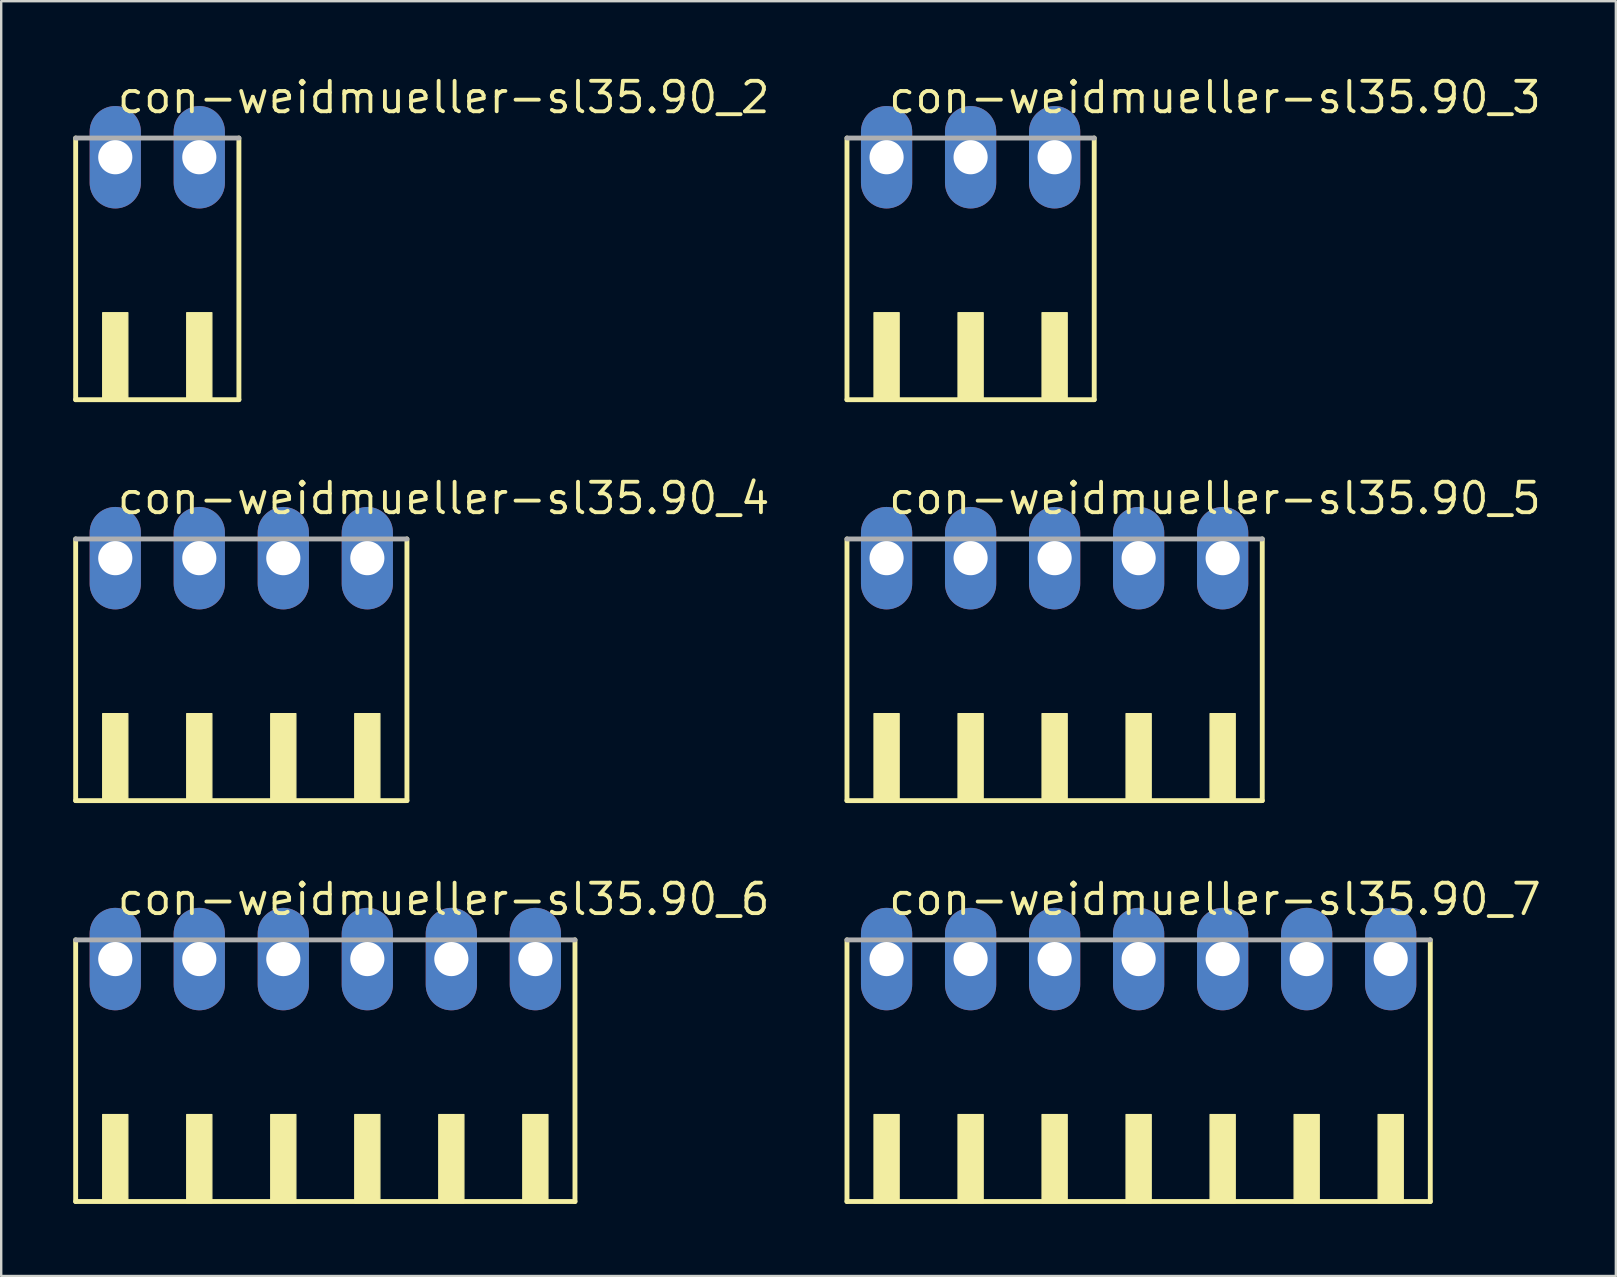
<source format=kicad_pcb>
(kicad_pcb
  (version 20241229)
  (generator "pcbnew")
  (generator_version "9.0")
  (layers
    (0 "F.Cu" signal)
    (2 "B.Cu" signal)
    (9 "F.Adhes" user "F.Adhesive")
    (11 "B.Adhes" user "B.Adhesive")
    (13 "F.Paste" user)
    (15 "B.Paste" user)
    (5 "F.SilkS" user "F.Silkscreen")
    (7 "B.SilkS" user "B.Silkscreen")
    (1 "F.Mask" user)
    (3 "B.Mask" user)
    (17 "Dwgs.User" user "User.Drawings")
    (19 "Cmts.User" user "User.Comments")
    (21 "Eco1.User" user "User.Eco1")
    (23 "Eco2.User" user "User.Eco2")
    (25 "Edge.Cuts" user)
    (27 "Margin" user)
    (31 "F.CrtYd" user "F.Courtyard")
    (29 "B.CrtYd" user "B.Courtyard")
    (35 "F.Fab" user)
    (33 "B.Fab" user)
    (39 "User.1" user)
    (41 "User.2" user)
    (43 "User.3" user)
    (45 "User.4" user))
  (footprint "con-weidmueller-sl35.90_3"
    (layer "F.Cu")
    (at 37.383 8.75)
    (property "Reference" "con-weidmueller-sl35.90_3" (at -3.5 -7 0) (layer "F.SilkS") (effects (font (size 1.27 1.27) (thickness 0.16)) (justify left bottom)))
    (attr through_hole)
    (fp_line (start -5.15 -6.05) (end -5.15 4.85) (stroke (width 0.203) (type default)) (layer "F.SilkS"))
    (fp_line (start -5.15 4.85) (end 5.15 4.85) (stroke (width 0.203) (type default)) (layer "F.SilkS"))
    (fp_line (start 5.15 4.85) (end 5.15 -6.05) (stroke (width 0.203) (type default)) (layer "F.SilkS"))
    (fp_rect (start -4.025 4.9) (end -2.975 1.225) (stroke (width 0.05) (type default)) (fill yes) (layer "F.SilkS"))
    (fp_rect (start -0.525 4.9) (end 0.525 1.225) (stroke (width 0.05) (type default)) (fill yes) (layer "F.SilkS"))
    (fp_rect (start 2.975 4.9) (end 4.025 1.225) (stroke (width 0.05) (type default)) (fill yes) (layer "F.SilkS"))
    (fp_line (start 5.15 -6.05) (end -5.15 -6.05) (stroke (width 0.203) (type default)) (layer "F.Fab"))
    (pad "1" thru_hole oval (at -3.5 -5.25 90) (size 4.267 2.134) (drill 1.422) (layers "*.Cu" "*.Mask"))
    (pad "2" thru_hole oval (at 0 -5.25 90) (size 4.267 2.134) (drill 1.422) (layers "*.Cu" "*.Mask"))
    (pad "3" thru_hole oval (at 3.5 -5.25 90) (size 4.267 2.134) (drill 1.422) (layers "*.Cu" "*.Mask")))
  (footprint "con-weidmueller-sl35.90_5"
    (layer "F.Cu")
    (at 40.883 25.452)
    (property "Reference" "con-weidmueller-sl35.90_5" (at -7 -7 0) (layer "F.SilkS") (effects (font (size 1.27 1.27) (thickness 0.16)) (justify left bottom)))
    (attr through_hole)
    (fp_line (start -8.65 -6.05) (end -8.65 4.85) (stroke (width 0.203) (type default)) (layer "F.SilkS"))
    (fp_line (start -8.65 4.85) (end 8.65 4.85) (stroke (width 0.203) (type default)) (layer "F.SilkS"))
    (fp_line (start 8.65 4.85) (end 8.65 -6.05) (stroke (width 0.203) (type default)) (layer "F.SilkS"))
    (fp_rect (start -7.525 4.9) (end -6.475 1.225) (stroke (width 0.05) (type default)) (fill yes) (layer "F.SilkS"))
    (fp_rect (start -4.025 4.9) (end -2.975 1.225) (stroke (width 0.05) (type default)) (fill yes) (layer "F.SilkS"))
    (fp_rect (start -0.525 4.9) (end 0.525 1.225) (stroke (width 0.05) (type default)) (fill yes) (layer "F.SilkS"))
    (fp_rect (start 2.975 4.9) (end 4.025 1.225) (stroke (width 0.05) (type default)) (fill yes) (layer "F.SilkS"))
    (fp_rect (start 6.475 4.9) (end 7.525 1.225) (stroke (width 0.05) (type default)) (fill yes) (layer "F.SilkS"))
    (fp_line (start 8.65 -6.05) (end -8.65 -6.05) (stroke (width 0.203) (type default)) (layer "F.Fab"))
    (pad "1" thru_hole oval (at -7 -5.25 90) (size 4.267 2.134) (drill 1.422) (layers "*.Cu" "*.Mask"))
    (pad "2" thru_hole oval (at -3.5 -5.25 90) (size 4.267 2.134) (drill 1.422) (layers "*.Cu" "*.Mask"))
    (pad "3" thru_hole oval (at 0 -5.25 90) (size 4.267 2.134) (drill 1.422) (layers "*.Cu" "*.Mask"))
    (pad "4" thru_hole oval (at 3.5 -5.25 90) (size 4.267 2.134) (drill 1.422) (layers "*.Cu" "*.Mask"))
    (pad "5" thru_hole oval (at 7 -5.25 90) (size 4.267 2.134) (drill 1.422) (layers "*.Cu" "*.Mask")))
  (footprint "con-weidmueller-sl35.90_6"
    (layer "F.Cu")
    (at 10.502 42.153)
    (property "Reference" "con-weidmueller-sl35.90_6" (at -8.75 -7 0) (layer "F.SilkS") (effects (font (size 1.27 1.27) (thickness 0.16)) (justify left bottom)))
    (attr through_hole)
    (fp_line (start -10.4 -6.05) (end -10.4 4.85) (stroke (width 0.203) (type default)) (layer "F.SilkS"))
    (fp_line (start -10.4 4.85) (end 10.4 4.85) (stroke (width 0.203) (type default)) (layer "F.SilkS"))
    (fp_line (start 10.4 4.85) (end 10.4 -6.05) (stroke (width 0.203) (type default)) (layer "F.SilkS"))
    (fp_rect (start -9.275 4.9) (end -8.225 1.225) (stroke (width 0.05) (type default)) (fill yes) (layer "F.SilkS"))
    (fp_rect (start -5.775 4.9) (end -4.725 1.225) (stroke (width 0.05) (type default)) (fill yes) (layer "F.SilkS"))
    (fp_rect (start -2.275 4.9) (end -1.225 1.225) (stroke (width 0.05) (type default)) (fill yes) (layer "F.SilkS"))
    (fp_rect (start 1.225 4.9) (end 2.275 1.225) (stroke (width 0.05) (type default)) (fill yes) (layer "F.SilkS"))
    (fp_rect (start 4.725 4.9) (end 5.775 1.225) (stroke (width 0.05) (type default)) (fill yes) (layer "F.SilkS"))
    (fp_rect (start 8.225 4.9) (end 9.275 1.225) (stroke (width 0.05) (type default)) (fill yes) (layer "F.SilkS"))
    (fp_line (start 10.4 -6.05) (end -10.4 -6.05) (stroke (width 0.203) (type default)) (layer "F.Fab"))
    (pad "1" thru_hole oval (at -8.75 -5.25 90) (size 4.267 2.134) (drill 1.422) (layers "*.Cu" "*.Mask"))
    (pad "2" thru_hole oval (at -5.25 -5.25 90) (size 4.267 2.134) (drill 1.422) (layers "*.Cu" "*.Mask"))
    (pad "3" thru_hole oval (at -1.75 -5.25 90) (size 4.267 2.134) (drill 1.422) (layers "*.Cu" "*.Mask"))
    (pad "4" thru_hole oval (at 1.75 -5.25 90) (size 4.267 2.134) (drill 1.422) (layers "*.Cu" "*.Mask"))
    (pad "5" thru_hole oval (at 5.25 -5.25 90) (size 4.267 2.134) (drill 1.422) (layers "*.Cu" "*.Mask"))
    (pad "6" thru_hole oval (at 8.75 -5.25 90) (size 4.267 2.134) (drill 1.422) (layers "*.Cu" "*.Mask")))
  (footprint "con-weidmueller-sl35.90_7"
    (layer "F.Cu")
    (at 44.383 42.153)
    (property "Reference" "con-weidmueller-sl35.90_7" (at -10.5 -7 0) (layer "F.SilkS") (effects (font (size 1.27 1.27) (thickness 0.16)) (justify left bottom)))
    (attr through_hole)
    (fp_line (start -12.15 -6.05) (end -12.15 4.85) (stroke (width 0.203) (type default)) (layer "F.SilkS"))
    (fp_line (start -12.15 4.85) (end 12.15 4.85) (stroke (width 0.203) (type default)) (layer "F.SilkS"))
    (fp_line (start 12.15 4.85) (end 12.15 -6.05) (stroke (width 0.203) (type default)) (layer "F.SilkS"))
    (fp_rect (start -11.025 4.9) (end -9.975 1.225) (stroke (width 0.05) (type default)) (fill yes) (layer "F.SilkS"))
    (fp_rect (start -7.525 4.9) (end -6.475 1.225) (stroke (width 0.05) (type default)) (fill yes) (layer "F.SilkS"))
    (fp_rect (start -4.025 4.9) (end -2.975 1.225) (stroke (width 0.05) (type default)) (fill yes) (layer "F.SilkS"))
    (fp_rect (start -0.525 4.9) (end 0.525 1.225) (stroke (width 0.05) (type default)) (fill yes) (layer "F.SilkS"))
    (fp_rect (start 2.975 4.9) (end 4.025 1.225) (stroke (width 0.05) (type default)) (fill yes) (layer "F.SilkS"))
    (fp_rect (start 6.475 4.9) (end 7.525 1.225) (stroke (width 0.05) (type default)) (fill yes) (layer "F.SilkS"))
    (fp_rect (start 9.975 4.9) (end 11.025 1.225) (stroke (width 0.05) (type default)) (fill yes) (layer "F.SilkS"))
    (fp_line (start 12.15 -6.05) (end -12.15 -6.05) (stroke (width 0.203) (type default)) (layer "F.Fab"))
    (pad "1" thru_hole oval (at -10.5 -5.25 90) (size 4.267 2.134) (drill 1.422) (layers "*.Cu" "*.Mask"))
    (pad "2" thru_hole oval (at -7 -5.25 90) (size 4.267 2.134) (drill 1.422) (layers "*.Cu" "*.Mask"))
    (pad "3" thru_hole oval (at -3.5 -5.25 90) (size 4.267 2.134) (drill 1.422) (layers "*.Cu" "*.Mask"))
    (pad "4" thru_hole oval (at 0 -5.25 90) (size 4.267 2.134) (drill 1.422) (layers "*.Cu" "*.Mask"))
    (pad "5" thru_hole oval (at 3.5 -5.25 90) (size 4.267 2.134) (drill 1.422) (layers "*.Cu" "*.Mask"))
    (pad "6" thru_hole oval (at 7 -5.25 90) (size 4.267 2.134) (drill 1.422) (layers "*.Cu" "*.Mask"))
    (pad "7" thru_hole oval (at 10.5 -5.25 90) (size 4.267 2.134) (drill 1.422) (layers "*.Cu" "*.Mask")))
  (footprint "con-weidmueller-sl35.90_4"
    (layer "F.Cu")
    (at 7.002 25.452)
    (property "Reference" "con-weidmueller-sl35.90_4" (at -5.25 -7 0) (layer "F.SilkS") (effects (font (size 1.27 1.27) (thickness 0.16)) (justify left bottom)))
    (attr through_hole)
    (fp_line (start -6.9 -6.05) (end -6.9 4.85) (stroke (width 0.203) (type default)) (layer "F.SilkS"))
    (fp_line (start -6.9 4.85) (end 6.9 4.85) (stroke (width 0.203) (type default)) (layer "F.SilkS"))
    (fp_line (start 6.9 4.85) (end 6.9 -6.05) (stroke (width 0.203) (type default)) (layer "F.SilkS"))
    (fp_rect (start -5.775 4.9) (end -4.725 1.225) (stroke (width 0.05) (type default)) (fill yes) (layer "F.SilkS"))
    (fp_rect (start -2.275 4.9) (end -1.225 1.225) (stroke (width 0.05) (type default)) (fill yes) (layer "F.SilkS"))
    (fp_rect (start 1.225 4.9) (end 2.275 1.225) (stroke (width 0.05) (type default)) (fill yes) (layer "F.SilkS"))
    (fp_rect (start 4.725 4.9) (end 5.775 1.225) (stroke (width 0.05) (type default)) (fill yes) (layer "F.SilkS"))
    (fp_line (start 6.9 -6.05) (end -6.9 -6.05) (stroke (width 0.203) (type default)) (layer "F.Fab"))
    (pad "1" thru_hole oval (at -5.25 -5.25 90) (size 4.267 2.134) (drill 1.422) (layers "*.Cu" "*.Mask"))
    (pad "2" thru_hole oval (at -1.75 -5.25 90) (size 4.267 2.134) (drill 1.422) (layers "*.Cu" "*.Mask"))
    (pad "3" thru_hole oval (at 1.75 -5.25 90) (size 4.267 2.134) (drill 1.422) (layers "*.Cu" "*.Mask"))
    (pad "4" thru_hole oval (at 5.25 -5.25 90) (size 4.267 2.134) (drill 1.422) (layers "*.Cu" "*.Mask")))
  (footprint "con-weidmueller-sl35.90_2"
    (layer "F.Cu")
    (at 3.502 8.75)
    (property "Reference" "con-weidmueller-sl35.90_2" (at -1.75 -7 0) (layer "F.SilkS") (effects (font (size 1.27 1.27) (thickness 0.16)) (justify left bottom)))
    (attr through_hole)
    (fp_line (start -3.4 -6.05) (end -3.4 4.85) (stroke (width 0.203) (type default)) (layer "F.SilkS"))
    (fp_line (start -3.4 4.85) (end 3.4 4.85) (stroke (width 0.203) (type default)) (layer "F.SilkS"))
    (fp_line (start 3.4 4.85) (end 3.4 -6.05) (stroke (width 0.203) (type default)) (layer "F.SilkS"))
    (fp_rect (start -2.275 4.9) (end -1.225 1.225) (stroke (width 0.05) (type default)) (fill yes) (layer "F.SilkS"))
    (fp_rect (start 1.225 4.9) (end 2.275 1.225) (stroke (width 0.05) (type default)) (fill yes) (layer "F.SilkS"))
    (fp_line (start 3.4 -6.05) (end -3.4 -6.05) (stroke (width 0.203) (type default)) (layer "F.Fab"))
    (pad "1" thru_hole oval (at -1.75 -5.25 90) (size 4.267 2.134) (drill 1.422) (layers "*.Cu" "*.Mask"))
    (pad "2" thru_hole oval (at 1.75 -5.25 90) (size 4.267 2.134) (drill 1.422) (layers "*.Cu" "*.Mask")))
  (gr_rect
    (start -3 -3)
    (end 64.263 50.105)
    (stroke (width 0.1) (type default))
    (fill no)
    (layer "Edge.Cuts")))
</source>
